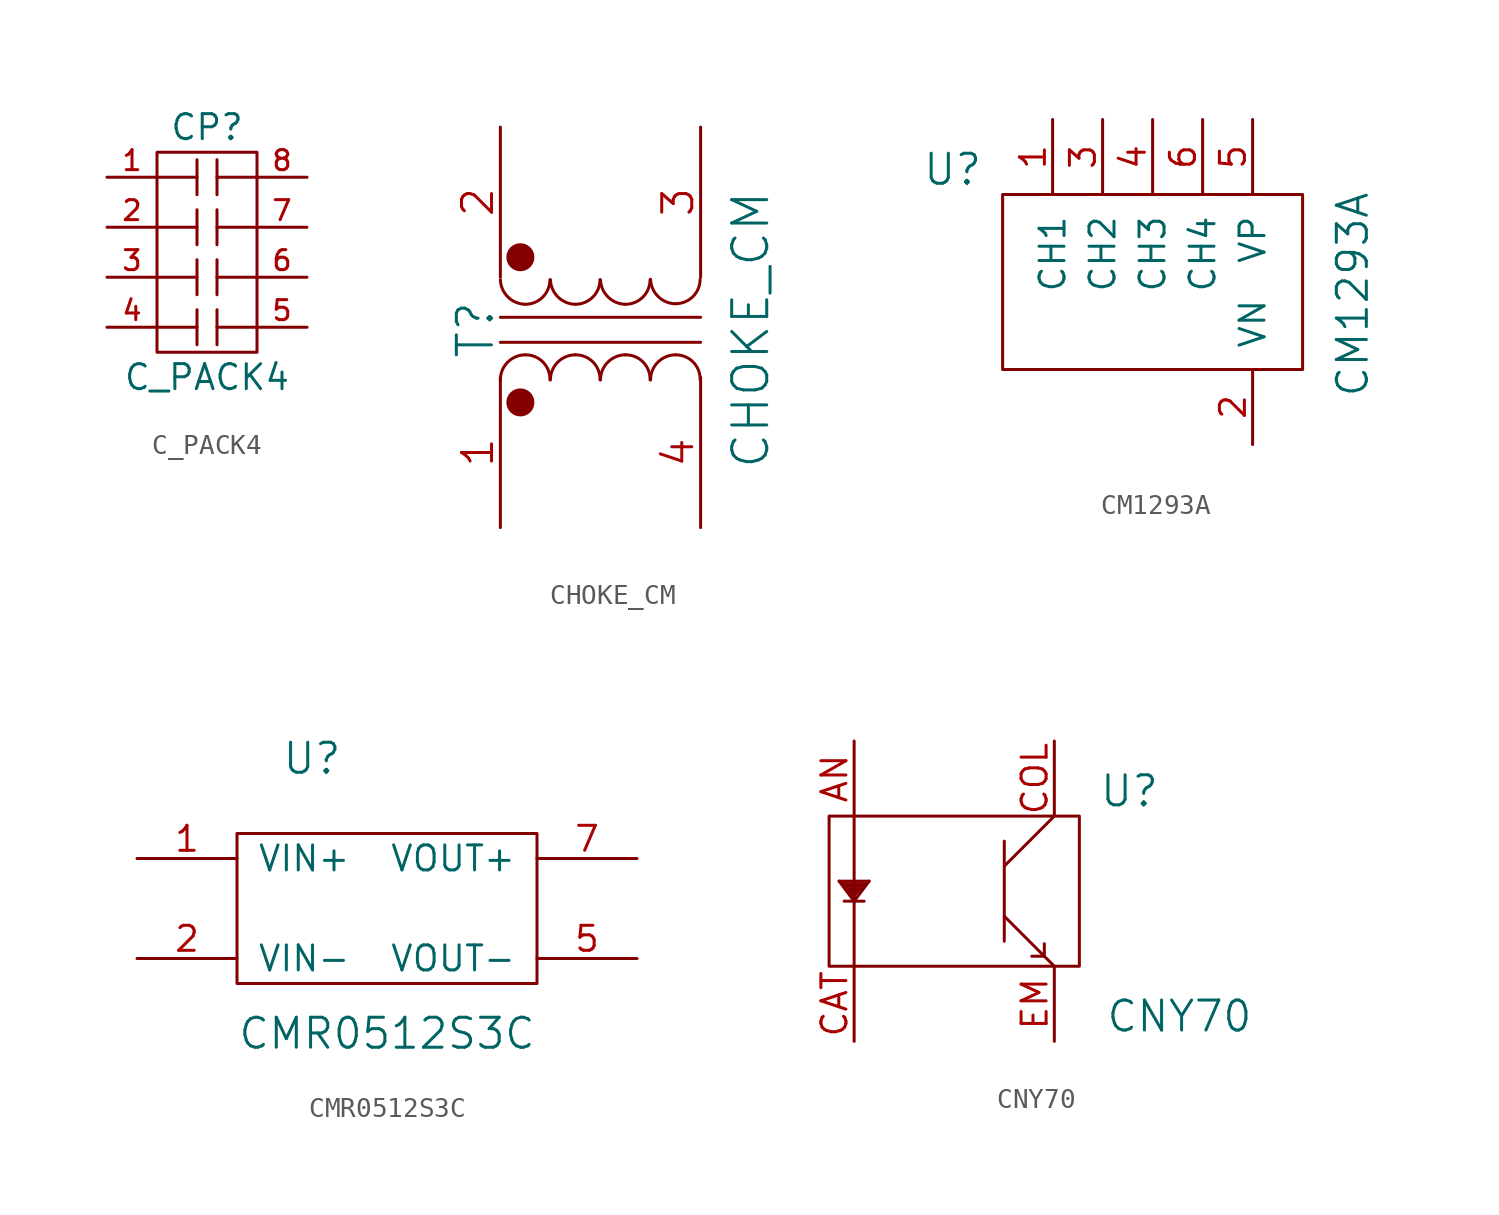
<source format=kicad_sym>
(kicad_symbol_lib
  (version 20210619)
  (generator kicad_symbol_editor)
  (symbol "tinkerforge:C_PACK4"
    (pin_names hide)
    (property "Reference" "CP"
      (at 0 11.43 0)
      (effects (font (size 1.27 1.27))))
    (property "Value" "C_PACK4"
      (at 0 -1.27 0)
      (effects (font (size 1.27 1.27))))
    (property "Footprint" ""
      (at 0 0 0)
      (effects (font (size 1.27 1.27))))
    (property "Datasheet" ""
      (at 0 0 0)
      (effects (font (size 1.27 1.27))))
    (symbol "C_PACK4_0_1"
      (polyline (pts (xy -2.54 6.35) (xy -0.508 6.35)) (stroke (width 0)) (fill (type none)))
      (polyline (pts (xy -0.508 1.27) (xy -2.54 1.27)) (stroke (width 0)) (fill (type none)))
      (polyline (pts (xy -0.508 2.159) (xy -0.508 0.381)) (stroke (width 0)) (fill (type none)))
      (polyline (pts (xy -0.508 3.81) (xy -2.54 3.81)) (stroke (width 0)) (fill (type none)))
      (polyline (pts (xy -0.508 4.699) (xy -0.508 2.921)) (stroke (width 0)) (fill (type none)))
      (polyline (pts (xy -0.508 7.239) (xy -0.508 5.461)) (stroke (width 0)) (fill (type none)))
      (polyline (pts (xy -0.508 8.89) (xy -2.54 8.89)) (stroke (width 0)) (fill (type none)))
      (polyline (pts (xy -0.508 9.779) (xy -0.508 8.001)) (stroke (width 0)) (fill (type none)))
      (polyline (pts (xy 0.508 2.159) (xy 0.508 0.381)) (stroke (width 0)) (fill (type none)))
      (polyline (pts (xy 0.508 3.81) (xy 2.54 3.81)) (stroke (width 0)) (fill (type none)))
      (polyline (pts (xy 0.508 4.699) (xy 0.508 2.921)) (stroke (width 0)) (fill (type none)))
      (polyline (pts (xy 0.508 6.35) (xy 2.54 6.35)) (stroke (width 0)) (fill (type none)))
      (polyline (pts (xy 0.508 7.239) (xy 0.508 5.461)) (stroke (width 0)) (fill (type none)))
      (polyline (pts (xy 0.508 9.779) (xy 0.508 8.001)) (stroke (width 0)) (fill (type none)))
      (polyline (pts (xy 2.54 1.27) (xy 0.508 1.27)) (stroke (width 0)) (fill (type none)))
      (polyline (pts (xy 2.54 8.89) (xy 0.508 8.89)) (stroke (width 0)) (fill (type none)))
      (polyline (pts (xy -2.54 10.16) (xy -2.54 0) (xy 2.54 0) (xy 2.54 10.16) (xy -2.54 10.16)) (stroke (width 0)) (fill (type none))))
    (symbol "C_PACK4_1_1"
      (pin passive line (at -5.08 8.89 0) (length 2.54) (name "P1" (effects (font (size 1.016 1.016)))) (number "1" (effects (font (size 1.016 1.016)))))
      (pin passive line (at -5.08 6.35 0) (length 2.54) (name "P2" (effects (font (size 1.016 1.016)))) (number "2" (effects (font (size 1.016 1.016)))))
      (pin passive line (at -5.08 3.81 0) (length 2.54) (name "P3" (effects (font (size 1.016 1.016)))) (number "3" (effects (font (size 1.016 1.016)))))
      (pin passive line (at -5.08 1.27 0) (length 2.54) (name "P4" (effects (font (size 1.016 1.016)))) (number "4" (effects (font (size 1.016 1.016)))))
      (pin passive line (at 5.08 1.27 180) (length 2.54) (name "R4" (effects (font (size 1.016 1.016)))) (number "5" (effects (font (size 1.016 1.016)))))
      (pin passive line (at 5.08 3.81 180) (length 2.54) (name "R3" (effects (font (size 1.016 1.016)))) (number "6" (effects (font (size 1.016 1.016)))))
      (pin passive line (at 5.08 6.35 180) (length 2.54) (name "R2" (effects (font (size 1.016 1.016)))) (number "7" (effects (font (size 1.016 1.016)))))
      (pin passive line (at 5.08 8.89 180) (length 2.54) (name "R1" (effects (font (size 1.016 1.016)))) (number "8" (effects (font (size 1.016 1.016)))))))
  (symbol "tinkerforge:CHOKE_CM"
    (pin_names
      (offset 1.016) hide)
    (property "Reference" "T"
      (at -6.35 -0.127 90)
      (effects (font (size 1.778 1.778))))
    (property "Value" "CHOKE_CM"
      (at 7.62 -0.127 90)
      (effects (font (size 1.778 1.778))))
    (property "Footprint" ""
      (at 0 -0.127 90)
      (effects (font (size 1.524 1.524))))
    (property "Datasheet" ""
      (at 0 -0.127 90)
      (effects (font (size 1.524 1.524))))
    (symbol "CHOKE_CM_0_1"
      (arc (start -3.81 -1.397) (end -2.5654 -2.667) (radius (at -3.81 -2.667) (length 1.27) (angles 89.9 0.1)) (stroke (width 0)) (fill (type none)))
      (arc (start -5.08 -2.667) (end -3.81 -1.397) (radius (at -3.81 -2.667) (length 1.27) (angles 179.9 90.1)) (stroke (width 0)) (fill (type none)))
      (arc (start -5.08 2.413) (end -3.81 1.1684) (radius (at -3.81 2.413) (length 1.27) (angles 179.9 -89.9)) (stroke (width 0)) (fill (type none)))
      (arc (start -3.81 1.1684) (end -2.5654 2.413) (radius (at -3.81 2.413) (length 1.27) (angles -90.1 0.1)) (stroke (width 0)) (fill (type none)))
      (arc (start -1.27 -1.397) (end -0.0254 -2.667) (radius (at -1.27 -2.667) (length 1.27) (angles 89.9 0.1)) (stroke (width 0)) (fill (type none)))
      (arc (start -2.54 -2.667) (end -1.27 -1.397) (radius (at -1.27 -2.667) (length 1.27) (angles 179.9 90.1)) (stroke (width 0)) (fill (type none)))
      (arc (start -2.54 2.413) (end -1.27 1.1684) (radius (at -1.27 2.413) (length 1.27) (angles 179.9 -89.9)) (stroke (width 0)) (fill (type none)))
      (arc (start -1.27 1.1684) (end -0.0254 2.413) (radius (at -1.27 2.413) (length 1.27) (angles -90.1 0.1)) (stroke (width 0)) (fill (type none)))
      (arc (start 1.27 -1.397) (end 2.5146 -2.667) (radius (at 1.27 -2.667) (length 1.27) (angles 89.9 0.1)) (stroke (width 0)) (fill (type none)))
      (arc (start 0 -2.667) (end 1.27 -1.397) (radius (at 1.27 -2.667) (length 1.27) (angles 179.9 90.1)) (stroke (width 0)) (fill (type none)))
      (arc (start 0 2.413) (end 1.27 1.1684) (radius (at 1.27 2.413) (length 1.27) (angles 179.9 -89.9)) (stroke (width 0)) (fill (type none)))
      (arc (start 1.27 1.1684) (end 2.5146 2.413) (radius (at 1.27 2.413) (length 1.27) (angles -90.1 0.1)) (stroke (width 0)) (fill (type none)))
      (arc (start 3.81 -1.397) (end 5.0546 -2.667) (radius (at 3.81 -2.667) (length 1.27) (angles 89.9 0.1)) (stroke (width 0)) (fill (type none)))
      (arc (start 2.54 -2.667) (end 3.81 -1.397) (radius (at 3.81 -2.667) (length 1.27) (angles 179.9 90.1)) (stroke (width 0)) (fill (type none)))
      (arc (start 2.54 2.4384) (end 3.81 1.1938) (radius (at 3.81 2.4384) (length 1.27) (angles -179 -89.9)) (stroke (width 0)) (fill (type none)))
      (arc (start 5.0546 2.4384) (end 3.81 1.1938) (radius (at 3.81 2.4384) (length 1.27) (angles -1.2 -89.9)) (stroke (width 0)) (fill (type none)))
      (circle (center -4.064 -3.81) (radius 0.635) (stroke (width 0)) (fill (type outline)))
      (circle (center -4.064 3.556) (radius 0.635) (stroke (width 0)) (fill (type outline)))
      (polyline (pts (xy -5.08 -0.762) (xy 5.08 -0.762)) (stroke (width 0)) (fill (type none)))
      (polyline (pts (xy 5.08 0.508) (xy -5.08 0.508)) (stroke (width 0)) (fill (type none))))
    (symbol "CHOKE_CM_1_1"
      (pin passive line (at -5.08 -10.16 90) (length 7.62) (name "AA" (effects (font (size 1.524 1.524)))) (number "1" (effects (font (size 1.524 1.524)))))
      (pin passive line (at -5.08 10.16 270) (length 7.62) (name "SB" (effects (font (size 1.524 1.524)))) (number "2" (effects (font (size 1.524 1.524)))))
      (pin passive line (at 5.08 10.16 270) (length 7.62) (name "SA" (effects (font (size 1.524 1.524)))) (number "3" (effects (font (size 1.524 1.524)))))
      (pin passive line (at 5.08 -10.16 90) (length 7.62) (name "AB" (effects (font (size 1.524 1.524)))) (number "4" (effects (font (size 1.524 1.524)))))))
  (symbol "tinkerforge:CM1293A"
    (pin_names
      (offset 1.016))
    (property "Reference" "U"
      (at -10.16 5.08 0)
      (effects (font (size 1.524 1.524))))
    (property "Value" "CM1293A"
      (at 10.16 -1.27 90)
      (effects (font (size 1.524 1.524))))
    (property "Footprint" ""
      (at 0 0 0)
      (effects (font (size 1.524 1.524))))
    (property "Datasheet" ""
      (at 0 0 0)
      (effects (font (size 1.524 1.524))))
    (symbol "CM1293A_0_1"
      (rectangle (start -7.62 3.81) (end 7.62 -5.08) (stroke (width 0)) (fill (type none))))
    (symbol "CM1293A_1_1"
      (pin passive line (at -5.08 7.62 270) (length 3.81) (name "CH1" (effects (font (size 1.27 1.27)))) (number "1" (effects (font (size 1.27 1.27)))))
      (pin passive line (at 5.08 -8.89 90) (length 3.81) (name "VN" (effects (font (size 1.27 1.27)))) (number "2" (effects (font (size 1.27 1.27)))))
      (pin passive line (at -2.54 7.62 270) (length 3.81) (name "CH2" (effects (font (size 1.27 1.27)))) (number "3" (effects (font (size 1.27 1.27)))))
      (pin passive line (at 0 7.62 270) (length 3.81) (name "CH3" (effects (font (size 1.27 1.27)))) (number "4" (effects (font (size 1.27 1.27)))))
      (pin passive line (at 5.08 7.62 270) (length 3.81) (name "VP" (effects (font (size 1.27 1.27)))) (number "5" (effects (font (size 1.27 1.27)))))
      (pin passive line (at 2.54 7.62 270) (length 3.81) (name "CH4" (effects (font (size 1.27 1.27)))) (number "6" (effects (font (size 1.27 1.27)))))))
  (symbol "tinkerforge:CMR0512S3C"
    (pin_names
      (offset 1.016))
    (property "Reference" "U"
      (at -3.81 7.62 0)
      (effects (font (size 1.524 1.524))))
    (property "Value" "CMR0512S3C"
      (at 0 -6.35 0)
      (effects (font (size 1.524 1.524))))
    (property "Footprint" ""
      (at 0 0 0)
      (effects (font (size 1.524 1.524))))
    (property "Datasheet" ""
      (at 0 0 0)
      (effects (font (size 1.524 1.524))))
    (symbol "CMR0512S3C_0_1"
      (rectangle (start -7.62 3.81) (end 7.62 -3.81) (stroke (width 0)) (fill (type none))))
    (symbol "CMR0512S3C_1_1"
      (pin input line (at -12.7 2.54 0) (length 5.08) (name "VIN+" (effects (font (size 1.27 1.27)))) (number "1" (effects (font (size 1.27 1.27)))))
      (pin input line (at -12.7 -2.54 0) (length 5.08) (name "VIN-" (effects (font (size 1.27 1.27)))) (number "2" (effects (font (size 1.27 1.27)))))
      (pin input line (at 12.7 -2.54 180) (length 5.08) (name "VOUT-" (effects (font (size 1.27 1.27)))) (number "5" (effects (font (size 1.27 1.27)))))
      (pin input line (at 12.7 2.54 180) (length 5.08) (name "VOUT+" (effects (font (size 1.27 1.27)))) (number "7" (effects (font (size 1.27 1.27)))))))
  (symbol "tinkerforge:CNY70"
    (pin_names
      (offset 1.016))
    (property "Reference" "U"
      (at 8.89 5.08 0)
      (effects (font (size 1.524 1.524))))
    (property "Value" "CNY70"
      (at 11.43 -6.35 0)
      (effects (font (size 1.524 1.524))))
    (property "Footprint" ""
      (at 0 0 0)
      (effects (font (size 1.524 1.524))))
    (property "Datasheet" ""
      (at 0 0 0)
      (effects (font (size 1.524 1.524))))
    (symbol "CNY70_0_1"
      (rectangle (start -6.35 3.81) (end 6.35 -3.81) (stroke (width 0)) (fill (type none)))
      (polyline (pts (xy -5.842 0.508) (xy -5.08 -0.508) (xy -5.08 -0.508)) (stroke (width 0)) (fill (type none)))
      (polyline (pts (xy -5.842 0.508) (xy -4.318 0.508) (xy -4.318 0.508)) (stroke (width 0)) (fill (type none)))
      (polyline (pts (xy -5.715 0.381) (xy -4.445 0.381) (xy -4.445 0.381)) (stroke (width 0)) (fill (type none)))
      (polyline (pts (xy -5.588 -0.508) (xy -4.572 -0.508) (xy -4.572 -0.508)) (stroke (width 0)) (fill (type none)))
      (polyline (pts (xy -5.588 0.254) (xy -4.572 0.254) (xy -4.572 0.254)) (stroke (width 0)) (fill (type none)))
      (polyline (pts (xy -5.461 0.127) (xy -4.699 0.127) (xy -4.699 0.127)) (stroke (width 0)) (fill (type none)))
      (polyline (pts (xy -5.334 0) (xy -4.826 0) (xy -4.826 0)) (stroke (width 0)) (fill (type none)))
      (polyline (pts (xy -5.08 -0.508) (xy -4.318 0.508) (xy -4.318 0.508)) (stroke (width 0)) (fill (type none)))
      (polyline (pts (xy -5.08 -0.254) (xy -5.461 0.127) (xy -5.461 0.127)) (stroke (width 0)) (fill (type none)))
      (polyline (pts (xy -5.08 -0.254) (xy -4.699 0.254) (xy -4.699 0.254)) (stroke (width 0)) (fill (type none)))
      (polyline (pts (xy 2.54 -1.27) (xy 5.08 -3.81) (xy 5.08 -3.81)) (stroke (width 0)) (fill (type none)))
      (polyline (pts (xy 2.54 1.27) (xy 5.08 3.81) (xy 5.08 3.81)) (stroke (width 0)) (fill (type none)))
      (polyline (pts (xy 2.54 2.54) (xy 2.54 -2.54) (xy 2.54 -2.54)) (stroke (width 0)) (fill (type none)))
      (polyline (pts (xy 4.572 -3.302) (xy 3.937 -3.302) (xy 3.937 -3.302)) (stroke (width 0)) (fill (type none)))
      (polyline (pts (xy 4.572 -3.302) (xy 4.572 -2.667) (xy 4.572 -2.667)) (stroke (width 0)) (fill (type none)))
      (polyline (pts (xy -5.08 3.81) (xy -5.08 -3.81) (xy -5.08 -3.81) (xy -5.08 -3.81)) (stroke (width 0)) (fill (type none))))
    (symbol "CNY70_1_1"
      (pin passive line (at -5.08 7.62 270) (length 3.81) (name "~" (effects (font (size 1.27 1.27)))) (number "AN" (effects (font (size 1.27 1.27)))))
      (pin passive line (at -5.08 -7.62 90) (length 3.81) (name "~" (effects (font (size 1.27 1.27)))) (number "CAT" (effects (font (size 1.27 1.27)))))
      (pin passive line (at 5.08 7.62 270) (length 3.81) (name "~" (effects (font (size 1.27 1.27)))) (number "COL" (effects (font (size 1.27 1.27)))))
      (pin passive line (at 5.08 -7.62 90) (length 3.81) (name "~" (effects (font (size 1.27 1.27)))) (number "EM" (effects (font (size 1.27 1.27))))))))
</source>
